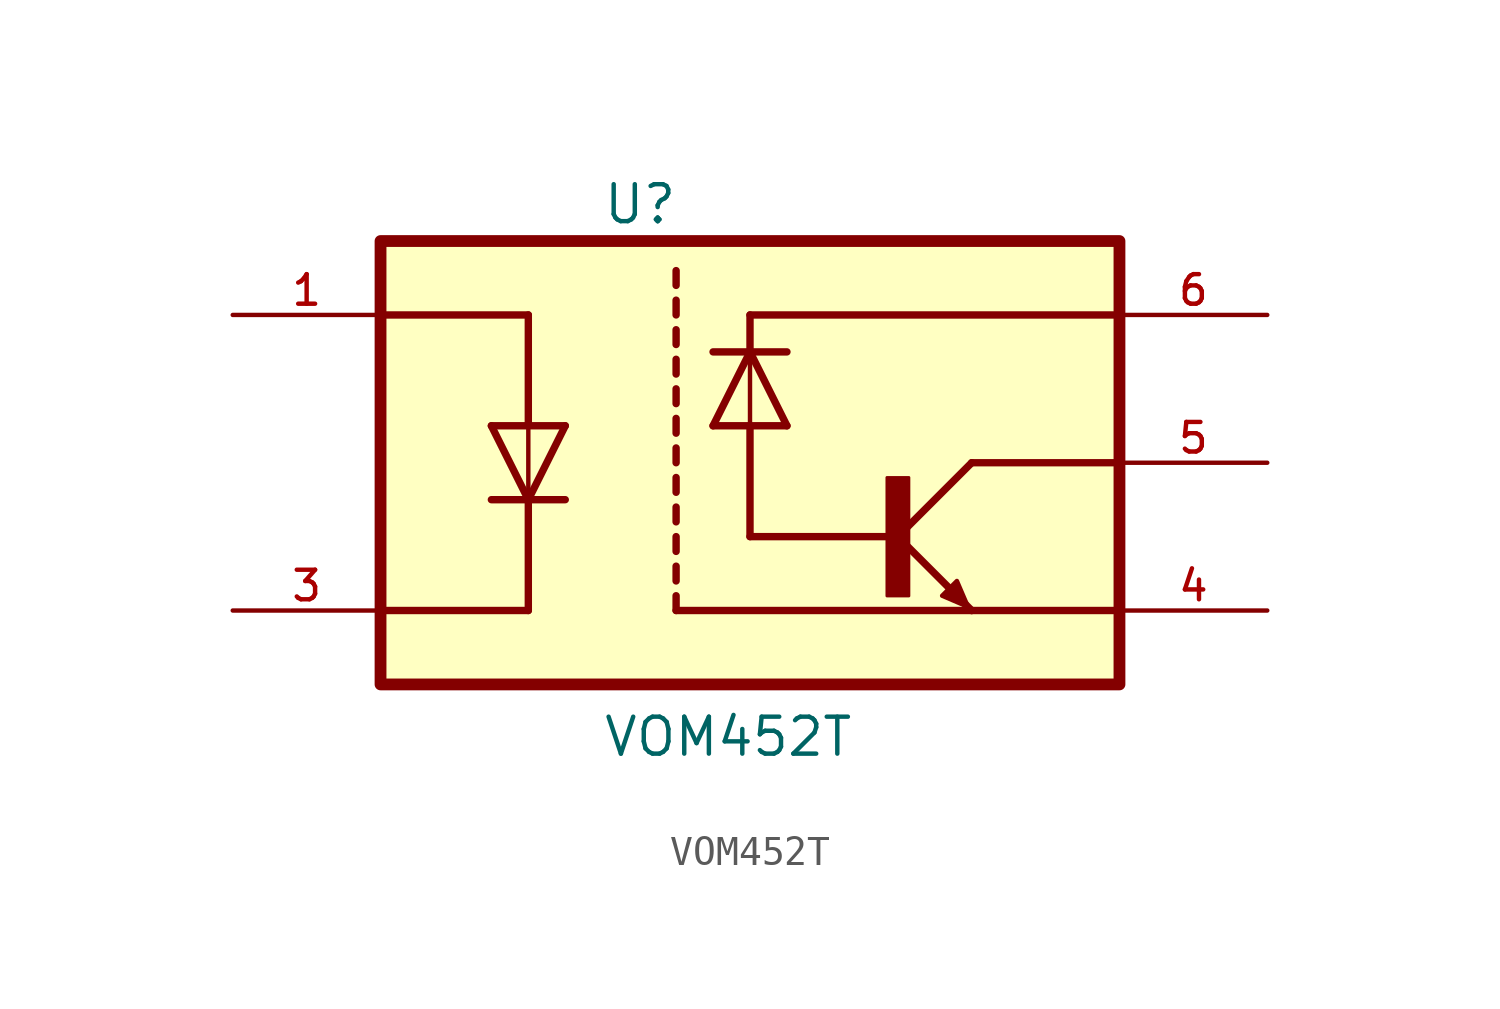
<source format=kicad_sym>
(kicad_symbol_lib
  (version 20211014)
  (generator kicad_symbol_editor)
  (symbol "VOM452T"
    (pin_names
      (offset 1.016))
    (property "Reference" "U"
      (at -5.088 8.141 0)
      (effects (font (size 1.27 1.27)) (justify bottom left)))
    (property "Value" "VOM452T"
      (at -5.082 -10.163 0)
      (effects (font (size 1.27 1.27)) (justify bottom left)))
    (symbol "VOM452T_0_0"
      (polyline (pts (xy -6.35 1.27) (xy -7.62 -1.27)) (stroke (width 0.254)))
      (polyline (pts (xy -7.62 -1.27) (xy -8.89 1.27)) (stroke (width 0.254)))
      (polyline (pts (xy -6.35 -1.27) (xy -7.62 -1.27)) (stroke (width 0.254)))
      (polyline (pts (xy -7.62 -1.27) (xy -8.89 -1.27)) (stroke (width 0.254)))
      (polyline (pts (xy -6.35 1.27) (xy -7.62 1.27)) (stroke (width 0.254)))
      (polyline (pts (xy -7.62 1.27) (xy -8.89 1.27)) (stroke (width 0.254)))
      (polyline (pts (xy -7.62 1.27) (xy -7.62 -1.27)) (stroke (width 0.152)))
      (polyline (pts (xy -7.62 -1.27) (xy -7.62 -5.08)) (stroke (width 0.254)))
      (polyline (pts (xy -7.62 1.27) (xy -7.62 5.08)) (stroke (width 0.254)))
      (polyline (pts (xy 7.62 0.0) (xy 5.08 -2.54)) (stroke (width 0.254)))
      (polyline (pts (xy 5.08 -2.54) (xy 7.62 -5.08)) (stroke (width 0.254)))
      (rectangle (start 4.707 -4.579) (end 5.461 -0.508) (stroke (width 0.1)) (fill (type outline)))
      (polyline (pts (xy 7.493 -4.953) (xy 7.112 -4.064) (xy 6.604 -4.572) (xy 7.493 -4.953)) (stroke (width 0.152)) (fill (type outline)))
      (polyline (pts (xy -1.27 1.27) (xy 0.0 3.81)) (stroke (width 0.254)))
      (polyline (pts (xy 0.0 3.81) (xy 1.27 1.27)) (stroke (width 0.254)))
      (polyline (pts (xy -1.27 3.81) (xy 0.0 3.81)) (stroke (width 0.254)))
      (polyline (pts (xy 0.0 3.81) (xy 1.27 3.81)) (stroke (width 0.254)))
      (polyline (pts (xy -1.27 1.27) (xy 0.0 1.27)) (stroke (width 0.254)))
      (polyline (pts (xy 0.0 1.27) (xy 1.27 1.27)) (stroke (width 0.254)))
      (polyline (pts (xy 0.0 1.27) (xy 0.0 3.81)) (stroke (width 0.152)))
      (polyline (pts (xy -7.62 5.08) (xy -12.7 5.08)) (stroke (width 0.254)))
      (polyline (pts (xy -7.62 -5.08) (xy -12.7 -5.08)) (stroke (width 0.254)))
      (polyline (pts (xy 7.62 -5.08) (xy 12.7 -5.08)) (stroke (width 0.254)))
      (polyline (pts (xy 7.62 0.0) (xy 12.7 0.0)) (stroke (width 0.254)))
      (polyline (pts (xy 0.0 1.27) (xy 0.0 -2.54)) (stroke (width 0.254)))
      (polyline (pts (xy 0.0 -2.54) (xy 5.08 -2.54)) (stroke (width 0.254)))
      (polyline (pts (xy 0.0 3.81) (xy 0.0 5.08)) (stroke (width 0.254)))
      (polyline (pts (xy 0.0 5.08) (xy 12.7 5.08)) (stroke (width 0.254)))
      (polyline (pts (xy 7.62 -5.08) (xy -2.54 -5.08)) (stroke (width 0.254)))
      (polyline (pts (xy -2.54 -5.08) (xy -2.54 -4.572)) (stroke (width 0.254)))
      (polyline (pts (xy -2.54 -4.064) (xy -2.54 -3.556)) (stroke (width 0.254)))
      (polyline (pts (xy -2.54 -3.048) (xy -2.54 -2.54)) (stroke (width 0.254)))
      (polyline (pts (xy -2.54 -2.032) (xy -2.54 -1.524)) (stroke (width 0.254)))
      (polyline (pts (xy -2.54 -1.016) (xy -2.54 -0.508)) (stroke (width 0.254)))
      (polyline (pts (xy -2.54 0.0) (xy -2.54 0.508)) (stroke (width 0.254)))
      (polyline (pts (xy -2.54 1.016) (xy -2.54 1.524)) (stroke (width 0.254)))
      (polyline (pts (xy -2.54 2.032) (xy -2.54 2.54)) (stroke (width 0.254)))
      (polyline (pts (xy -2.54 3.048) (xy -2.54 3.556)) (stroke (width 0.254)))
      (polyline (pts (xy -2.54 4.064) (xy -2.54 4.572)) (stroke (width 0.254)))
      (polyline (pts (xy -2.54 5.08) (xy -2.54 5.588)) (stroke (width 0.254)))
      (polyline (pts (xy -2.54 6.096) (xy -2.54 6.604)) (stroke (width 0.254)))
      (rectangle (start -12.7 -7.62) (end 12.7 7.62) (stroke (width 0.406)) (fill (type background)))
      (pin passive line (at -17.78 5.08 0) (length 5.08) (name "~" (effects (font (size 1.016 1.016)))) (number "1" (effects (font (size 1.016 1.016)))))
      (pin passive line (at -17.78 -5.08 0) (length 5.08) (name "~" (effects (font (size 1.016 1.016)))) (number "3" (effects (font (size 1.016 1.016)))))
      (pin power_in line (at 17.78 5.08 180.0) (length 5.08) (name "~" (effects (font (size 1.016 1.016)))) (number "6" (effects (font (size 1.016 1.016)))))
      (pin passive line (at 17.78 0.0 180.0) (length 5.08) (name "~" (effects (font (size 1.016 1.016)))) (number "5" (effects (font (size 1.016 1.016)))))
      (pin passive line (at 17.78 -5.08 180.0) (length 5.08) (name "~" (effects (font (size 1.016 1.016)))) (number "4" (effects (font (size 1.016 1.016))))))))
</source>
